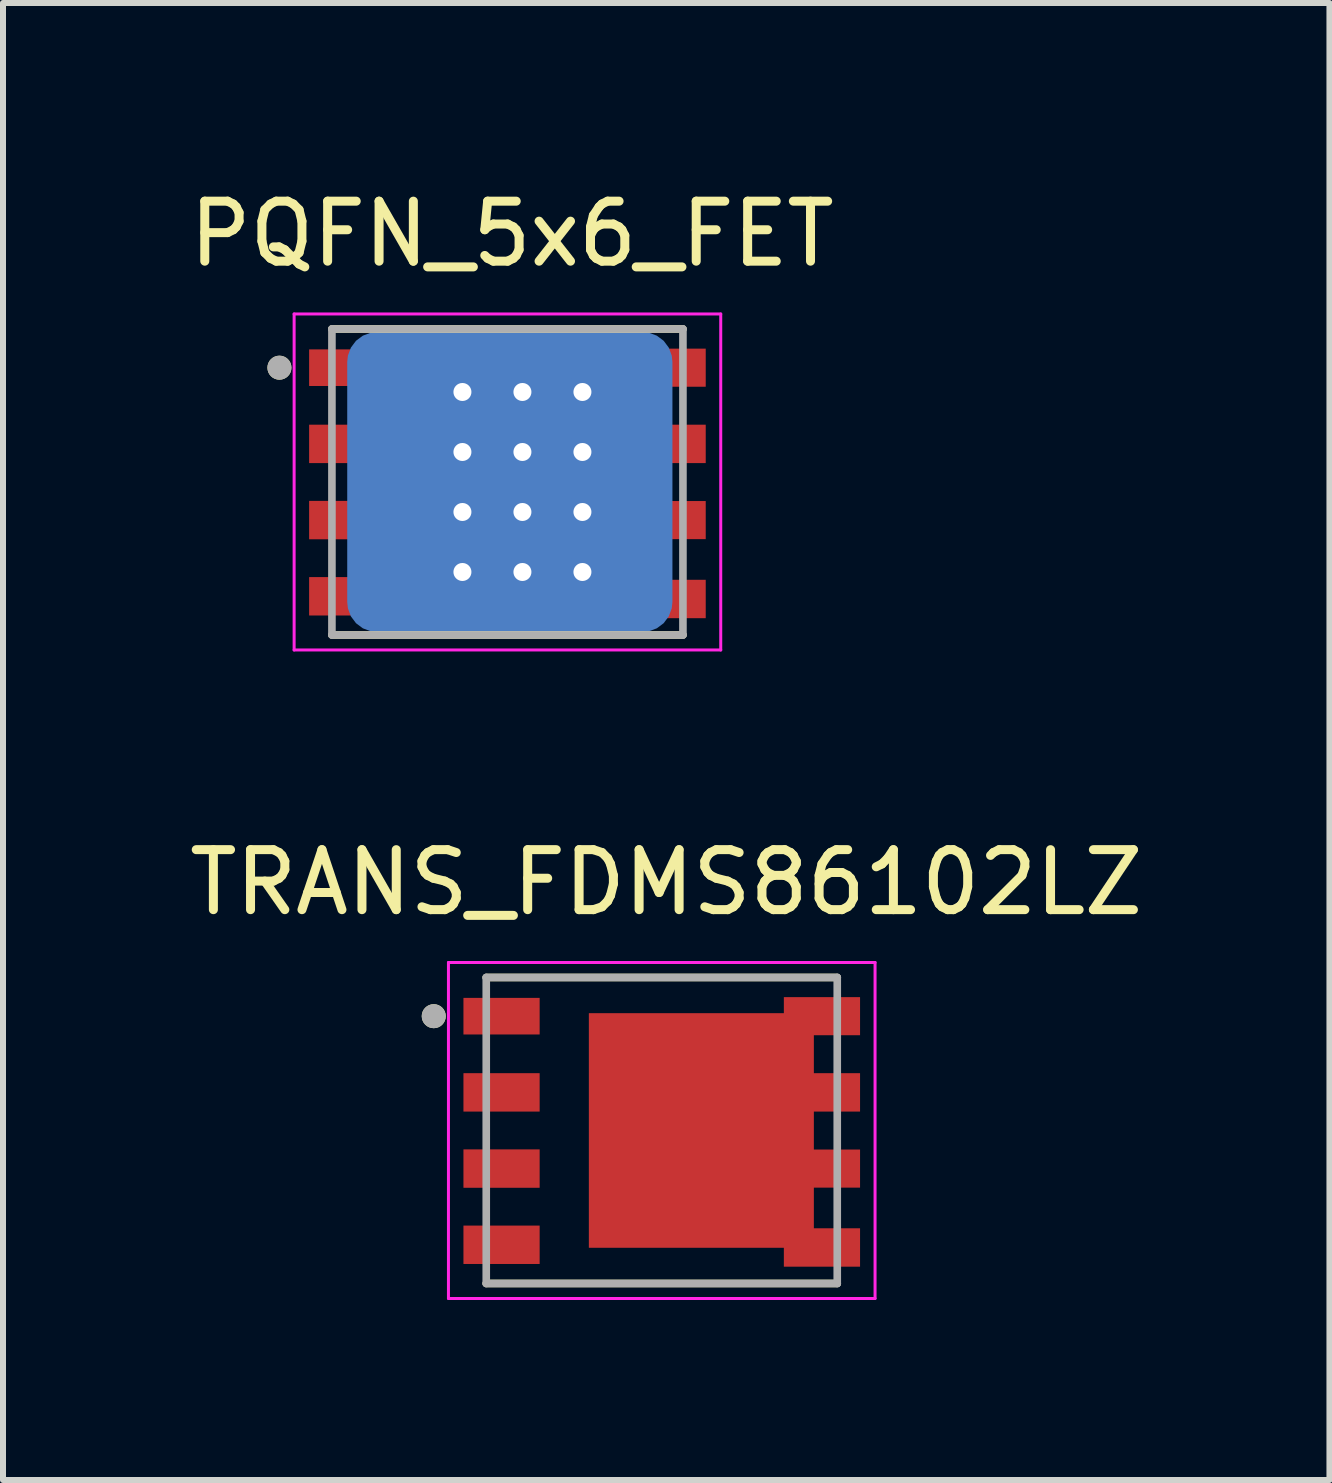
<source format=kicad_pcb>
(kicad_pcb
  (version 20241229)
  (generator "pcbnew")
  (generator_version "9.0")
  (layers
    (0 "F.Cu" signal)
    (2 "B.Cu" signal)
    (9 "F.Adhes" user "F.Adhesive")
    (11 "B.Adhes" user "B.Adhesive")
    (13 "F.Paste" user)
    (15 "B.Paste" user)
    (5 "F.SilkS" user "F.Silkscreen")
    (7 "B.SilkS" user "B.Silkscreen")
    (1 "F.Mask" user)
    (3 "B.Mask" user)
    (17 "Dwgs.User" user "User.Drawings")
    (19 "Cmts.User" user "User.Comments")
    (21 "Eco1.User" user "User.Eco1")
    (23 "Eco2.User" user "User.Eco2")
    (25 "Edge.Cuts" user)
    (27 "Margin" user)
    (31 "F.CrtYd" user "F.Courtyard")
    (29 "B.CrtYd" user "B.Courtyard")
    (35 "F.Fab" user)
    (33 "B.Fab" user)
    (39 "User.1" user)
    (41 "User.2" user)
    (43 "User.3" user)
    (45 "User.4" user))
  (footprint "PQFN_5x6_FET"
    (layer "F.Cu")
    (at 5.407 4.983)
    (property "Reference" "PQFN_5x6_FET" (at 0.075 -4.135 0) (layer "F.SilkS") (effects (font (size 1 1) (thickness 0.15))))
    (attr smd)
    (fp_line (start -2.25 -1.75) (end -2.25 0.635) (stroke (width 0.2) (type default)) (layer "F.Cu"))
    (fp_line (start -2.925 -2.55) (end 2.925 -2.55) (stroke (width 0.127) (type solid)) (layer "F.SilkS"))
    (fp_line (start -2.925 2.55) (end 2.925 2.55) (stroke (width 0.127) (type solid)) (layer "F.SilkS"))
    (fp_circle (center -3.8 -1.905) (end -3.7 -1.905) (stroke (width 0.2) (type solid)) (fill no) (layer "F.SilkS"))
    (fp_line (start -3.555 -2.8) (end -3.555 2.8) (stroke (width 0.05) (type solid)) (layer "F.CrtYd"))
    (fp_line (start -3.555 2.8) (end 3.555 2.8) (stroke (width 0.05) (type solid)) (layer "F.CrtYd"))
    (fp_line (start 3.555 -2.8) (end -3.555 -2.8) (stroke (width 0.05) (type solid)) (layer "F.CrtYd"))
    (fp_line (start 3.555 2.8) (end 3.555 -2.8) (stroke (width 0.05) (type solid)) (layer "F.CrtYd"))
    (fp_line (start -2.925 -2.55) (end -2.925 2.55) (stroke (width 0.127) (type solid)) (layer "F.Fab"))
    (fp_line (start -2.925 2.55) (end 2.925 2.55) (stroke (width 0.127) (type solid)) (layer "F.Fab"))
    (fp_line (start 2.925 -2.55) (end -2.925 -2.55) (stroke (width 0.127) (type solid)) (layer "F.Fab"))
    (fp_line (start 2.925 2.55) (end 2.925 -2.55) (stroke (width 0.127) (type solid)) (layer "F.Fab"))
    (fp_circle (center -3.8 -1.905) (end -3.7 -1.905) (stroke (width 0.2) (type solid)) (fill no) (layer "F.Fab"))
    (pad "D" thru_hole circle (at -0.75 -1.5) (size 0.6 0.6) (drill 0.3) (layers "*.Cu" "*.Mask"))
    (pad "D" thru_hole circle (at -0.75 -0.5) (size 0.6 0.6) (drill 0.3) (layers "*.Cu" "*.Mask"))
    (pad "D" thru_hole circle (at -0.75 0.5) (size 0.6 0.6) (drill 0.3) (layers "*.Cu" "*.Mask"))
    (pad "D" thru_hole circle (at -0.75 1.5) (size 0.6 0.6) (drill 0.3) (layers "*.Cu" "*.Mask"))
    (pad "D" smd roundrect (at 0.04 0) (size 5.42 5) (layers "B.Cu") (roundrect_rratio 0.1))
    (pad "D" thru_hole circle (at 0.25 -1.5) (size 0.6 0.6) (drill 0.3) (layers "*.Cu" "*.Mask"))
    (pad "D" thru_hole circle (at 0.25 -0.5) (size 0.6 0.6) (drill 0.3) (layers "*.Cu" "*.Mask"))
    (pad "D" thru_hole circle (at 0.25 0.5) (size 0.6 0.6) (drill 0.3) (layers "*.Cu" "*.Mask"))
    (pad "D" thru_hole circle (at 0.25 1.5) (size 0.6 0.6) (drill 0.3) (layers "*.Cu" "*.Mask"))
    (pad "D" smd rect (at 0.66 0) (size 3.75 3.91) (layers "F.Cu" "F.Mask" "F.Paste"))
    (pad "D" thru_hole circle (at 1.25 -1.5) (size 0.6 0.6) (drill 0.3) (layers "*.Cu" "*.Mask"))
    (pad "D" thru_hole circle (at 1.25 -0.5) (size 0.6 0.6) (drill 0.3) (layers "*.Cu" "*.Mask"))
    (pad "D" thru_hole circle (at 1.25 0.5) (size 0.6 0.6) (drill 0.3) (layers "*.Cu" "*.Mask"))
    (pad "D" thru_hole circle (at 1.25 1.5) (size 0.6 0.6) (drill 0.3) (layers "*.Cu" "*.Mask"))
    (pad "D" smd rect (at 2.67 -1.905) (size 1.27 0.635) (layers "F.Cu" "F.Mask" "F.Paste"))
    (pad "D" smd rect (at 2.67 -0.635) (size 1.27 0.64) (layers "F.Cu" "F.Mask" "F.Paste"))
    (pad "D" smd rect (at 2.67 0.635) (size 1.27 0.635) (layers "F.Cu" "F.Mask" "F.Paste"))
    (pad "D" smd rect (at 2.67 1.95) (size 1.27 0.64) (layers "F.Cu" "F.Mask" "F.Paste"))
    (pad "G" smd rect (at -2.67 1.905) (size 1.27 0.64) (layers "F.Cu" "F.Mask" "F.Paste"))
    (pad "S" smd rect (at -2.67 -1.905) (size 1.27 0.61) (layers "F.Cu" "F.Mask" "F.Paste"))
    (pad "S" smd rect (at -2.67 -0.635) (size 1.27 0.64) (layers "F.Cu" "F.Mask" "F.Paste"))
    (pad "S" smd rect (at -2.67 0.635) (size 1.27 0.64) (layers "F.Cu" "F.Mask" "F.Paste")))
  (footprint "TRANS_FDMS86102LZ"
    (layer "F.Cu")
    (at 7.979 15.791)
    (property "Reference" "TRANS_FDMS86102LZ" (at 0.075 -4.135 0) (layer "F.SilkS") (effects (font (size 1 1) (thickness 0.15))))
    (attr smd)
    (fp_line (start -2.925 -2.55) (end 2.925 -2.55) (stroke (width 0.127) (type solid)) (layer "F.SilkS"))
    (fp_line (start -2.925 2.55) (end 2.925 2.55) (stroke (width 0.127) (type solid)) (layer "F.SilkS"))
    (fp_circle (center -3.8 -1.905) (end -3.7 -1.905) (stroke (width 0.2) (type solid)) (fill no) (layer "F.SilkS"))
    (fp_line (start -3.555 -2.8) (end -3.555 2.8) (stroke (width 0.05) (type solid)) (layer "F.CrtYd"))
    (fp_line (start -3.555 2.8) (end 3.555 2.8) (stroke (width 0.05) (type solid)) (layer "F.CrtYd"))
    (fp_line (start 3.555 -2.8) (end -3.555 -2.8) (stroke (width 0.05) (type solid)) (layer "F.CrtYd"))
    (fp_line (start 3.555 2.8) (end 3.555 -2.8) (stroke (width 0.05) (type solid)) (layer "F.CrtYd"))
    (fp_line (start -2.925 -2.55) (end -2.925 2.55) (stroke (width 0.127) (type solid)) (layer "F.Fab"))
    (fp_line (start -2.925 2.55) (end 2.925 2.55) (stroke (width 0.127) (type solid)) (layer "F.Fab"))
    (fp_line (start 2.925 -2.55) (end -2.925 -2.55) (stroke (width 0.127) (type solid)) (layer "F.Fab"))
    (fp_line (start 2.925 2.55) (end 2.925 -2.55) (stroke (width 0.127) (type solid)) (layer "F.Fab"))
    (fp_circle (center -3.8 -1.905) (end -3.7 -1.905) (stroke (width 0.2) (type solid)) (fill no) (layer "F.Fab"))
    (pad "1" smd rect (at -2.67 -1.905) (size 1.27 0.61) (layers "F.Cu" "F.Mask" "F.Paste"))
    (pad "2" smd rect (at -2.67 -0.635) (size 1.27 0.64) (layers "F.Cu" "F.Mask" "F.Paste"))
    (pad "3" smd rect (at -2.67 0.635) (size 1.27 0.64) (layers "F.Cu" "F.Mask" "F.Paste"))
    (pad "4" smd rect (at -2.67 1.905) (size 1.27 0.64) (layers "F.Cu" "F.Mask" "F.Paste"))
    (pad "5" smd rect (at 2.67 1.95) (size 1.27 0.64) (layers "F.Cu" "F.Mask" "F.Paste"))
    (pad "6" smd rect (at 2.67 0.635) (size 1.27 0.635) (layers "F.Cu" "F.Mask" "F.Paste"))
    (pad "6-8" smd rect (at 0.66 0) (size 3.75 3.91) (layers "F.Cu" "F.Mask" "F.Paste"))
    (pad "7" smd rect (at 2.67 -0.635) (size 1.27 0.64) (layers "F.Cu" "F.Mask" "F.Paste"))
    (pad "8" smd rect (at 2.67 -1.905) (size 1.27 0.635) (layers "F.Cu" "F.Mask" "F.Paste")))
  (gr_rect
    (start -3 -3)
    (end 19.107 21.616)
    (stroke (width 0.1) (type default))
    (fill no)
    (layer "Edge.Cuts")))
</source>
